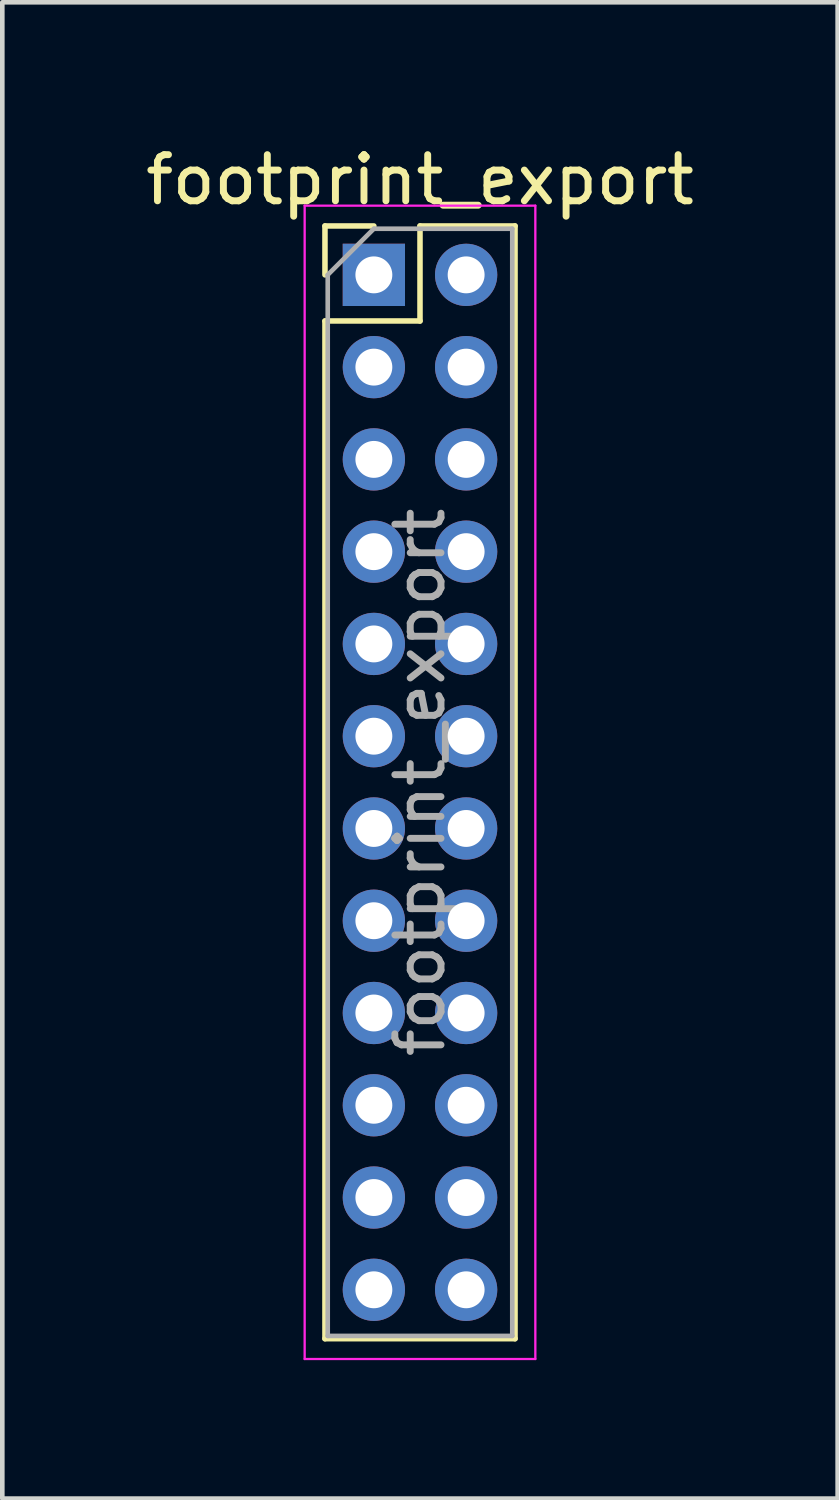
<source format=kicad_pcb>
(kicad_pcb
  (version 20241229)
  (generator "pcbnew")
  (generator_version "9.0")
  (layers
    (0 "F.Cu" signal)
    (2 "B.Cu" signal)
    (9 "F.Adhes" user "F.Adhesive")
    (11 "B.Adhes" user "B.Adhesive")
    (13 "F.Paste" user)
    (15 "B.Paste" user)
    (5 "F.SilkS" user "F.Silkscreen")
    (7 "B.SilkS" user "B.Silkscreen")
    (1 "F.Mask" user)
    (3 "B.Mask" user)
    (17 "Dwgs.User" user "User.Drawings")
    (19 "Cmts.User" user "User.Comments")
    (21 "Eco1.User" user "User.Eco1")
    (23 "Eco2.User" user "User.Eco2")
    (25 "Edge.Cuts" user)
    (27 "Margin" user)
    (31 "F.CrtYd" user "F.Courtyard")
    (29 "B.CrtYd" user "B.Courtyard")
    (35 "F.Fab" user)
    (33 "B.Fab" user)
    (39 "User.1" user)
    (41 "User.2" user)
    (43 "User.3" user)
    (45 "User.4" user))
  (footprint "footprint_export"
    (layer "F.Cu")
    (at 5.054 2.908)
    (property "Reference" "footprint_export" (at 1 -2.06 0) (layer "F.SilkS") (effects (font (size 1 1) (thickness 0.15))))
    (attr through_hole)
    (fp_line (start -1.06 -1.06) (end 0 -1.06) (stroke (width 0.12) (type solid)) (layer "F.SilkS"))
    (fp_line (start -1.06 0) (end -1.06 -1.06) (stroke (width 0.12) (type solid)) (layer "F.SilkS"))
    (fp_line (start -1.06 1) (end -1.06 23.06) (stroke (width 0.12) (type solid)) (layer "F.SilkS"))
    (fp_line (start -1.06 1) (end 1 1) (stroke (width 0.12) (type solid)) (layer "F.SilkS"))
    (fp_line (start -1.06 23.06) (end 3.06 23.06) (stroke (width 0.12) (type solid)) (layer "F.SilkS"))
    (fp_line (start 1 -1.06) (end 3.06 -1.06) (stroke (width 0.12) (type solid)) (layer "F.SilkS"))
    (fp_line (start 1 1) (end 1 -1.06) (stroke (width 0.12) (type solid)) (layer "F.SilkS"))
    (fp_line (start 3.06 -1.06) (end 3.06 23.06) (stroke (width 0.12) (type solid)) (layer "F.SilkS"))
    (fp_line (start -1.5 -1.5) (end -1.5 23.5) (stroke (width 0.05) (type solid)) (layer "F.CrtYd"))
    (fp_line (start -1.5 23.5) (end 3.5 23.5) (stroke (width 0.05) (type solid)) (layer "F.CrtYd"))
    (fp_line (start 3.5 -1.5) (end -1.5 -1.5) (stroke (width 0.05) (type solid)) (layer "F.CrtYd"))
    (fp_line (start 3.5 23.5) (end 3.5 -1.5) (stroke (width 0.05) (type solid)) (layer "F.CrtYd"))
    (fp_line (start -1 0) (end 0 -1) (stroke (width 0.1) (type solid)) (layer "F.Fab"))
    (fp_line (start -1 23) (end -1 0) (stroke (width 0.1) (type solid)) (layer "F.Fab"))
    (fp_line (start 0 -1) (end 3 -1) (stroke (width 0.1) (type solid)) (layer "F.Fab"))
    (fp_line (start 3 -1) (end 3 23) (stroke (width 0.1) (type solid)) (layer "F.Fab"))
    (fp_line (start 3 23) (end -1 23) (stroke (width 0.1) (type solid)) (layer "F.Fab"))
    (fp_text user "${REFERENCE}" (at 1 11 90) (layer "F.Fab") (effects (font (size 1 1) (thickness 0.15))))
    (pad "1" thru_hole rect (at 0 0) (size 1.35 1.35) (drill 0.8) (layers "*.Cu" "*.Mask"))
    (pad "2" thru_hole oval (at 2 0) (size 1.35 1.35) (drill 0.8) (layers "*.Cu" "*.Mask"))
    (pad "3" thru_hole oval (at 0 2) (size 1.35 1.35) (drill 0.8) (layers "*.Cu" "*.Mask"))
    (pad "4" thru_hole oval (at 2 2) (size 1.35 1.35) (drill 0.8) (layers "*.Cu" "*.Mask"))
    (pad "5" thru_hole oval (at 0 4) (size 1.35 1.35) (drill 0.8) (layers "*.Cu" "*.Mask"))
    (pad "6" thru_hole oval (at 2 4) (size 1.35 1.35) (drill 0.8) (layers "*.Cu" "*.Mask"))
    (pad "7" thru_hole oval (at 0 6) (size 1.35 1.35) (drill 0.8) (layers "*.Cu" "*.Mask"))
    (pad "8" thru_hole oval (at 2 6) (size 1.35 1.35) (drill 0.8) (layers "*.Cu" "*.Mask"))
    (pad "9" thru_hole oval (at 0 8) (size 1.35 1.35) (drill 0.8) (layers "*.Cu" "*.Mask"))
    (pad "10" thru_hole oval (at 2 8) (size 1.35 1.35) (drill 0.8) (layers "*.Cu" "*.Mask"))
    (pad "11" thru_hole oval (at 0 10) (size 1.35 1.35) (drill 0.8) (layers "*.Cu" "*.Mask"))
    (pad "12" thru_hole oval (at 2 10) (size 1.35 1.35) (drill 0.8) (layers "*.Cu" "*.Mask"))
    (pad "13" thru_hole oval (at 0 12) (size 1.35 1.35) (drill 0.8) (layers "*.Cu" "*.Mask"))
    (pad "14" thru_hole oval (at 2 12) (size 1.35 1.35) (drill 0.8) (layers "*.Cu" "*.Mask"))
    (pad "15" thru_hole oval (at 0 14) (size 1.35 1.35) (drill 0.8) (layers "*.Cu" "*.Mask"))
    (pad "16" thru_hole oval (at 2 14) (size 1.35 1.35) (drill 0.8) (layers "*.Cu" "*.Mask"))
    (pad "17" thru_hole oval (at 0 16) (size 1.35 1.35) (drill 0.8) (layers "*.Cu" "*.Mask"))
    (pad "18" thru_hole oval (at 2 16) (size 1.35 1.35) (drill 0.8) (layers "*.Cu" "*.Mask"))
    (pad "19" thru_hole oval (at 0 18) (size 1.35 1.35) (drill 0.8) (layers "*.Cu" "*.Mask"))
    (pad "20" thru_hole oval (at 2 18) (size 1.35 1.35) (drill 0.8) (layers "*.Cu" "*.Mask"))
    (pad "21" thru_hole oval (at 0 20) (size 1.35 1.35) (drill 0.8) (layers "*.Cu" "*.Mask"))
    (pad "22" thru_hole oval (at 2 20) (size 1.35 1.35) (drill 0.8) (layers "*.Cu" "*.Mask"))
    (pad "23" thru_hole oval (at 0 22) (size 1.35 1.35) (drill 0.8) (layers "*.Cu" "*.Mask"))
    (pad "24" thru_hole oval (at 2 22) (size 1.35 1.35) (drill 0.8) (layers "*.Cu" "*.Mask")))
  (gr_rect
    (start -3 -3)
    (end 15.107 29.433)
    (stroke (width 0.1) (type default))
    (fill no)
    (layer "Edge.Cuts")))
</source>
